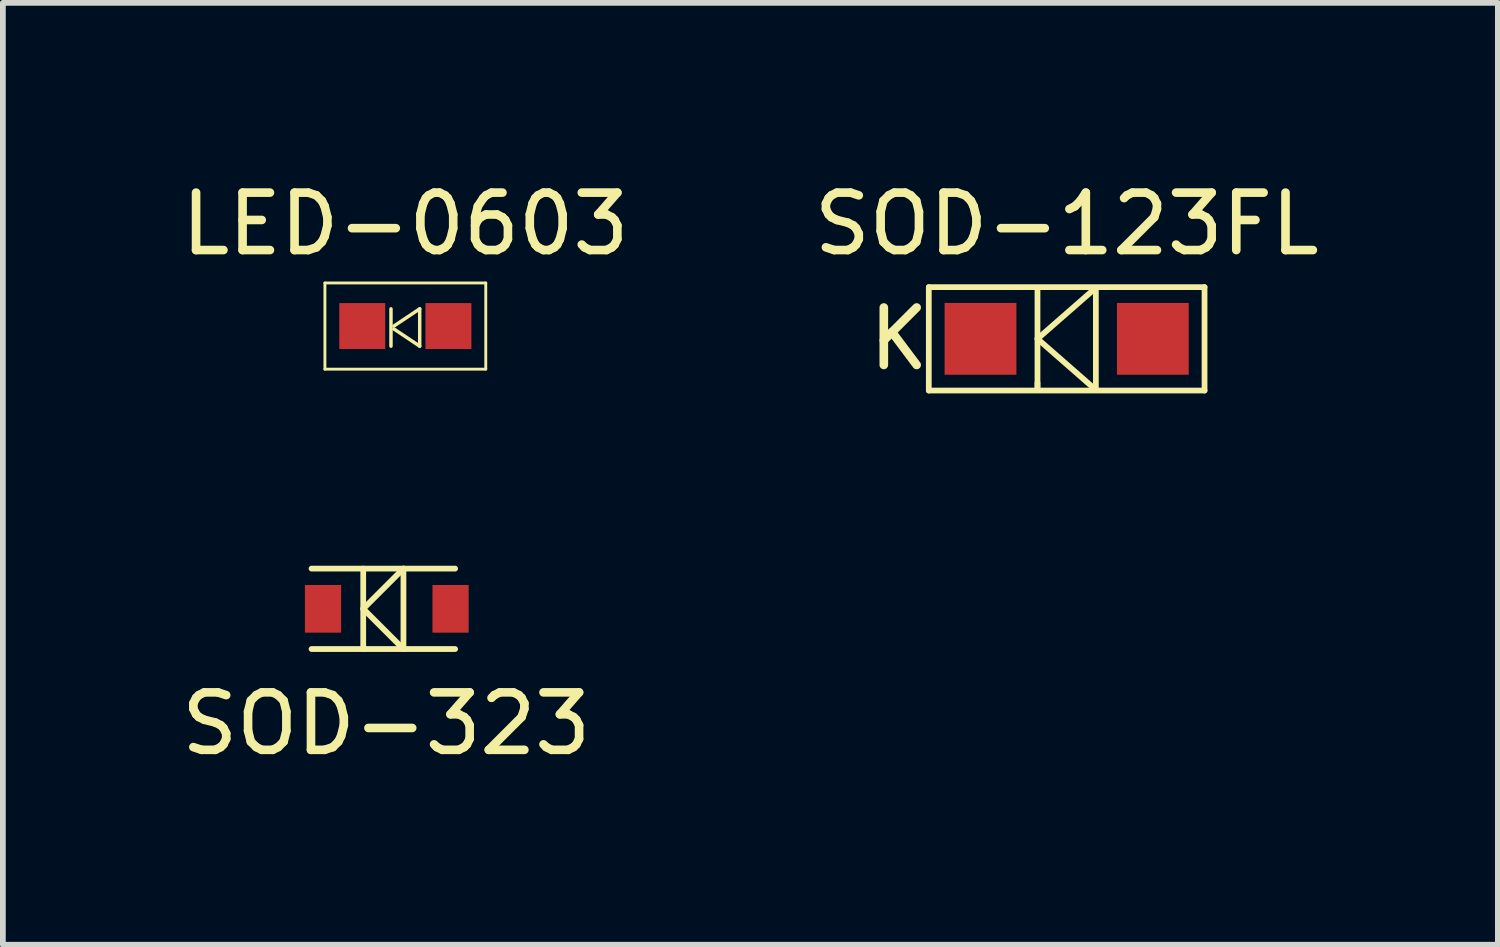
<source format=kicad_pcb>
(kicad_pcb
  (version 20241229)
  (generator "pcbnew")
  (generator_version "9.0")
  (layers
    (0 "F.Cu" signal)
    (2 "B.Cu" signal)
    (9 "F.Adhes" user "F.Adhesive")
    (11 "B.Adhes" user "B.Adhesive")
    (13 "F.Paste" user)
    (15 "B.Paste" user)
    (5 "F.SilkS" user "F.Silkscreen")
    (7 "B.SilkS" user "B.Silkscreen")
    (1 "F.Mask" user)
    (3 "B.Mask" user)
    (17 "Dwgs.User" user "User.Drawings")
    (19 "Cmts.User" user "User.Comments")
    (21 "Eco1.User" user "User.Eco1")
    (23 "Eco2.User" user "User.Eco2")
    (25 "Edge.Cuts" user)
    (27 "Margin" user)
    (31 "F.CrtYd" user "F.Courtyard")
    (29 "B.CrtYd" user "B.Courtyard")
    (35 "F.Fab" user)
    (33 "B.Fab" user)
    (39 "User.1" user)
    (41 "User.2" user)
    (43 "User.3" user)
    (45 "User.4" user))
  (footprint "SOD-323"
    (layer "F.Cu")
    (at 3.683 7.548)
    (property "Reference" "SOD-323" (at -0.01 2 0) (layer "F.SilkS") (effects (font (size 1 1) (thickness 0.15))))
    (attr through_hole)
    (fp_line (start -1.31 -0.7) (end 1.19 -0.7) (stroke (width 0.1) (type solid)) (layer "F.SilkS"))
    (fp_line (start -1.31 0.7) (end 1.19 0.7) (stroke (width 0.1) (type solid)) (layer "F.SilkS"))
    (fp_line (start -0.41 -0.7) (end -0.41 0.7) (stroke (width 0.1) (type solid)) (layer "F.SilkS"))
    (fp_line (start -0.41 0) (end 0.29 -0.7) (stroke (width 0.1) (type solid)) (layer "F.SilkS"))
    (fp_line (start -0.41 0) (end 0.29 0.7) (stroke (width 0.1) (type solid)) (layer "F.SilkS"))
    (fp_line (start 0.29 0.7) (end 0.29 -0.7) (stroke (width 0.1) (type solid)) (layer "F.SilkS"))
    (pad "1" smd rect (at -1.11 0) (size 0.63 0.83) (layers "F.Cu" "F.Mask" "F.Paste"))
    (pad "2" smd rect (at 1.11 0) (size 0.63 0.83) (layers "F.Cu" "F.Mask" "F.Paste")))
  (footprint "SOD-123FL"
    (layer "F.Cu")
    (at 15.518 2.848)
    (property "Reference" "SOD-123FL" (at 0 -2 0) (layer "F.SilkS") (effects (font (size 1 1) (thickness 0.15))))
    (attr through_hole)
    (fp_line (start -2.4 -0.9) (end 2.4 -0.9) (stroke (width 0.1) (type solid)) (layer "F.SilkS"))
    (fp_line (start -2.4 0.9) (end -2.4 -0.9) (stroke (width 0.1) (type solid)) (layer "F.SilkS"))
    (fp_line (start -0.508 -0.889) (end -0.508 0.889) (stroke (width 0.1) (type solid)) (layer "F.SilkS"))
    (fp_line (start -0.508 0) (end 0.508 0.889) (stroke (width 0.1) (type solid)) (layer "F.SilkS"))
    (fp_line (start -0.508 0.889) (end -0.508 0.762) (stroke (width 0.1) (type solid)) (layer "F.SilkS"))
    (fp_line (start 0.508 -0.889) (end -0.508 0) (stroke (width 0.1) (type solid)) (layer "F.SilkS"))
    (fp_line (start 0.508 0.889) (end 0.508 -0.889) (stroke (width 0.1) (type solid)) (layer "F.SilkS"))
    (fp_line (start 2.4 -0.9) (end 2.4 0.9) (stroke (width 0.1) (type solid)) (layer "F.SilkS"))
    (fp_line (start 2.4 0.9) (end -2.4 0.9) (stroke (width 0.1) (type solid)) (layer "F.SilkS"))
    (fp_text user "K" (at -2.921 0 0) (layer "F.SilkS") (effects (font (size 1 1) (thickness 0.15))))
    (pad "1" smd rect (at -1.5 0) (size 1.25 1.25) (layers "F.Cu" "F.Mask" "F.Paste"))
    (pad "2" smd rect (at 1.5 0) (size 1.25 1.25) (layers "F.Cu" "F.Mask" "F.Paste")))
  (footprint "LED-0603"
    (layer "F.Cu")
    (at 4.006 2.626)
    (property "Reference" "LED-0603" (at 0 -1.778 0) (layer "F.SilkS") (effects (font (size 1 1) (thickness 0.15))))
    (attr smd)
    (fp_line (start -1.4 -0.75) (end 1.4 -0.75) (stroke (width 0.05) (type solid)) (layer "F.SilkS"))
    (fp_line (start -1.4 0.75) (end -1.4 -0.75) (stroke (width 0.05) (type solid)) (layer "F.SilkS"))
    (fp_line (start -0.25 0.35) (end -0.25 -0.3) (stroke (width 0.06) (type solid)) (layer "F.SilkS"))
    (fp_line (start -0.2 0) (end 0.25 -0.3) (stroke (width 0.06) (type solid)) (layer "F.SilkS"))
    (fp_line (start 0.25 -0.3) (end 0.25 0.35) (stroke (width 0.06) (type solid)) (layer "F.SilkS"))
    (fp_line (start 0.25 0.35) (end -0.2 0.05) (stroke (width 0.06) (type solid)) (layer "F.SilkS"))
    (fp_line (start 1.4 -0.75) (end 1.4 0.75) (stroke (width 0.05) (type solid)) (layer "F.SilkS"))
    (fp_line (start 1.4 0.75) (end -1.4 0.75) (stroke (width 0.05) (type solid)) (layer "F.SilkS"))
    (pad "1" smd rect (at -0.75 0 180) (size 0.8 0.8) (layers "F.Cu" "F.Mask" "F.Paste"))
    (pad "2" smd rect (at 0.75 0 180) (size 0.8 0.8) (layers "F.Cu" "F.Mask" "F.Paste")))
  (gr_rect
    (start -3 -3)
    (end 23.024 13.396)
    (stroke (width 0.1) (type default))
    (fill no)
    (layer "Edge.Cuts")))
</source>
